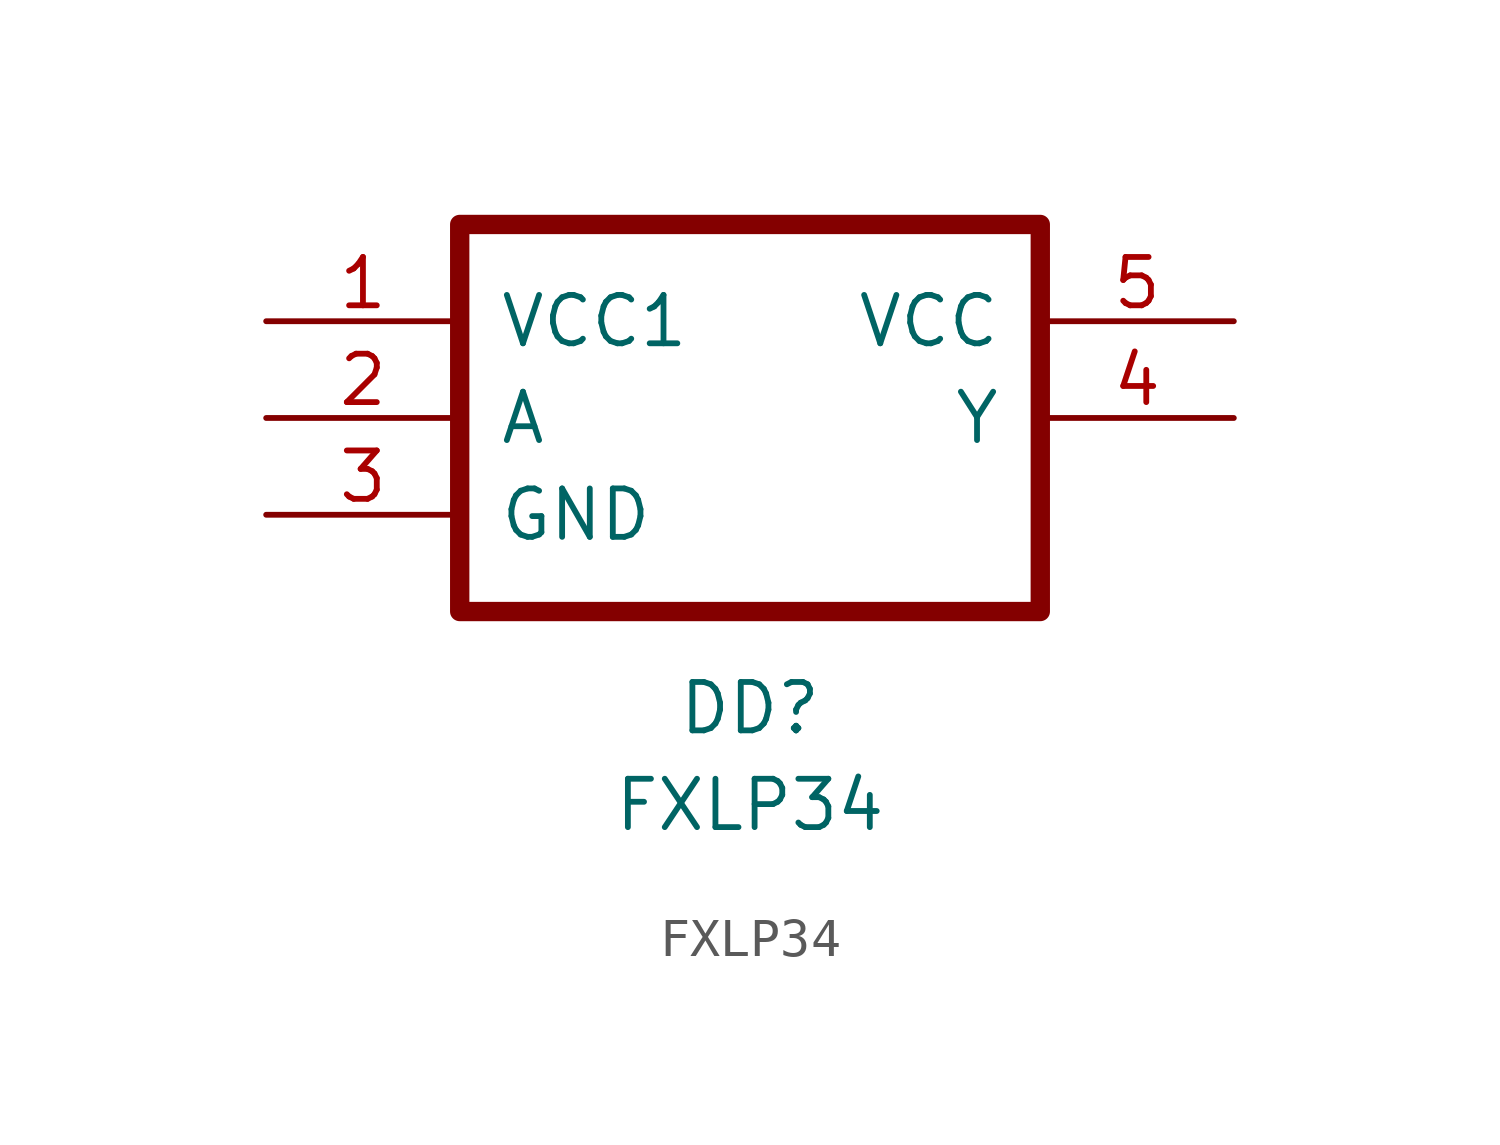
<source format=kicad_sym>
(kicad_symbol_lib
  (version 20211014)
  (generator kicad_symbol_editor)
  (symbol "FXLP34"
    (pin_names
      (offset 1.016))
    (property "Reference" "DD"
      (at 12.7 -10.16 0)
      (effects (font (size 1.27 1.27))))
    (property "Value" "FXLP34"
      (at 12.7 -12.7 0)
      (effects (font (size 1.27 1.27))))
    (symbol "FXLP34_0_1"
      (rectangle (start 5.08 2.54) (end 20.32 -7.62) (stroke (width 0.508) (type default) (color 0 0 0 0)) (fill (type none))))
    (symbol "FXLP34_1_1"
      (pin power_in line (at 0 0 0) (length 5.08) (name "VCC1" (effects (font (size 1.27 1.27)))) (number "1" (effects (font (size 1.27 1.27)))))
      (pin input line (at 0 -2.54 0) (length 5.08) (name "A" (effects (font (size 1.27 1.27)))) (number "2" (effects (font (size 1.27 1.27)))))
      (pin power_in line (at 0 -5.08 0) (length 5.08) (name "GND" (effects (font (size 1.27 1.27)))) (number "3" (effects (font (size 1.27 1.27)))))
      (pin output line (at 25.4 -2.54 180) (length 5.08) (name "Y" (effects (font (size 1.27 1.27)))) (number "4" (effects (font (size 1.27 1.27)))))
      (pin power_in line (at 25.4 0 180) (length 5.08) (name "VCC" (effects (font (size 1.27 1.27)))) (number "5" (effects (font (size 1.27 1.27))))))))
</source>
